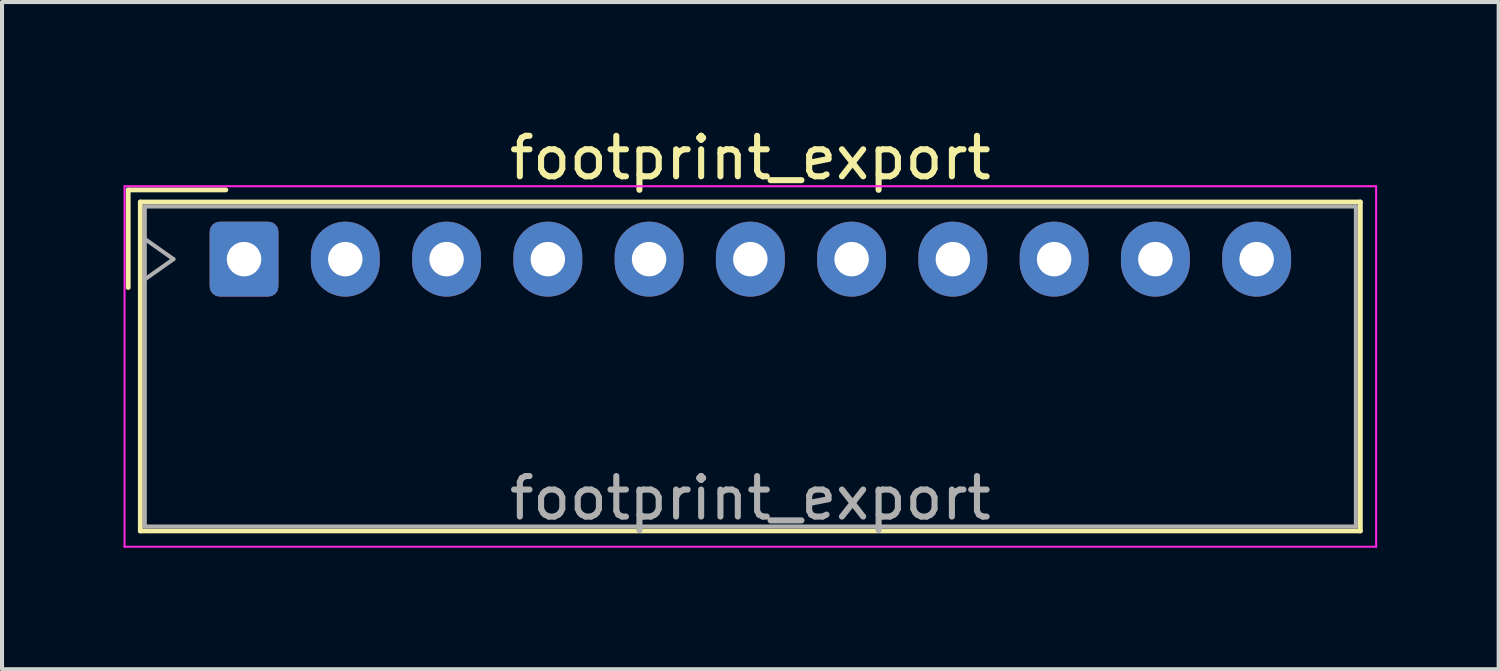
<source format=kicad_pcb>
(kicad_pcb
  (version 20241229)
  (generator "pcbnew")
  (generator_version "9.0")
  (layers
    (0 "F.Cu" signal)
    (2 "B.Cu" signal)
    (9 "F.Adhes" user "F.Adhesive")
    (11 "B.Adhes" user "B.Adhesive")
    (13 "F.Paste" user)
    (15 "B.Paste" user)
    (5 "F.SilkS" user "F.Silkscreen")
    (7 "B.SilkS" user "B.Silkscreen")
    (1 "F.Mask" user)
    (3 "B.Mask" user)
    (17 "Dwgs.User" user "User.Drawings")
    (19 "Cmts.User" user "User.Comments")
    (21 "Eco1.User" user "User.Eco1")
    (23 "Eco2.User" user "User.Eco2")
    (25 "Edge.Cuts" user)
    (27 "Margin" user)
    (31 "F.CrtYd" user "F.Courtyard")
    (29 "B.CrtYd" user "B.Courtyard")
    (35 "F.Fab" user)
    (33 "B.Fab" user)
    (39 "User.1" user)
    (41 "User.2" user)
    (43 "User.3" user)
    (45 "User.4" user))
  (footprint "footprint_export"
    (layer "F.Cu")
    (at 2.975 3.348)
    (property "Reference" "footprint_export" (at 12.5 -2.5 0) (layer "F.SilkS") (effects (font (size 1 1) (thickness 0.15))))
    (attr through_hole)
    (fp_line (start -2.86 -1.71) (end -0.45 -1.71) (stroke (width 0.12) (type solid)) (layer "F.SilkS"))
    (fp_line (start -2.86 0.7) (end -2.86 -1.71) (stroke (width 0.12) (type solid)) (layer "F.SilkS"))
    (fp_line (start -2.56 -1.41) (end -2.56 6.71) (stroke (width 0.12) (type solid)) (layer "F.SilkS"))
    (fp_line (start -2.56 6.71) (end 27.56 6.71) (stroke (width 0.12) (type solid)) (layer "F.SilkS"))
    (fp_line (start 27.56 -1.41) (end -2.56 -1.41) (stroke (width 0.12) (type solid)) (layer "F.SilkS"))
    (fp_line (start 27.56 6.71) (end 27.56 -1.41) (stroke (width 0.12) (type solid)) (layer "F.SilkS"))
    (fp_line (start -2.95 -1.8) (end -2.95 7.1) (stroke (width 0.05) (type solid)) (layer "F.CrtYd"))
    (fp_line (start -2.95 7.1) (end 27.95 7.1) (stroke (width 0.05) (type solid)) (layer "F.CrtYd"))
    (fp_line (start 27.95 -1.8) (end -2.95 -1.8) (stroke (width 0.05) (type solid)) (layer "F.CrtYd"))
    (fp_line (start 27.95 7.1) (end 27.95 -1.8) (stroke (width 0.05) (type solid)) (layer "F.CrtYd"))
    (fp_line (start -2.45 -1.3) (end -2.45 6.6) (stroke (width 0.1) (type solid)) (layer "F.Fab"))
    (fp_line (start -2.45 0.5) (end -1.743 0) (stroke (width 0.1) (type solid)) (layer "F.Fab"))
    (fp_line (start -2.45 6.6) (end 27.45 6.6) (stroke (width 0.1) (type solid)) (layer "F.Fab"))
    (fp_line (start -1.743 0) (end -2.45 -0.5) (stroke (width 0.1) (type solid)) (layer "F.Fab"))
    (fp_line (start 27.45 -1.3) (end -2.45 -1.3) (stroke (width 0.1) (type solid)) (layer "F.Fab"))
    (fp_line (start 27.45 6.6) (end 27.45 -1.3) (stroke (width 0.1) (type solid)) (layer "F.Fab"))
    (fp_text user "${REFERENCE}" (at 12.5 5.9 0) (layer "F.Fab") (effects (font (size 1 1) (thickness 0.15))))
    (pad "1" thru_hole roundrect (at 0 0) (size 1.7 1.85) (drill 0.85) (layers "*.Cu" "*.Mask") (roundrect_rratio 0.147))
    (pad "2" thru_hole oval (at 2.5 0) (size 1.7 1.85) (drill 0.85) (layers "*.Cu" "*.Mask"))
    (pad "3" thru_hole oval (at 5 0) (size 1.7 1.85) (drill 0.85) (layers "*.Cu" "*.Mask"))
    (pad "4" thru_hole oval (at 7.5 0) (size 1.7 1.85) (drill 0.85) (layers "*.Cu" "*.Mask"))
    (pad "5" thru_hole oval (at 10 0) (size 1.7 1.85) (drill 0.85) (layers "*.Cu" "*.Mask"))
    (pad "6" thru_hole oval (at 12.5 0) (size 1.7 1.85) (drill 0.85) (layers "*.Cu" "*.Mask"))
    (pad "7" thru_hole oval (at 15 0) (size 1.7 1.85) (drill 0.85) (layers "*.Cu" "*.Mask"))
    (pad "8" thru_hole oval (at 17.5 0) (size 1.7 1.85) (drill 0.85) (layers "*.Cu" "*.Mask"))
    (pad "9" thru_hole oval (at 20 0) (size 1.7 1.85) (drill 0.85) (layers "*.Cu" "*.Mask"))
    (pad "10" thru_hole oval (at 22.5 0) (size 1.7 1.85) (drill 0.85) (layers "*.Cu" "*.Mask"))
    (pad "11" thru_hole oval (at 25 0) (size 1.7 1.85) (drill 0.85) (layers "*.Cu" "*.Mask")))
  (gr_rect
    (start -3 -3)
    (end 33.95 13.473)
    (stroke (width 0.1) (type default))
    (fill no)
    (layer "Edge.Cuts")))
</source>
